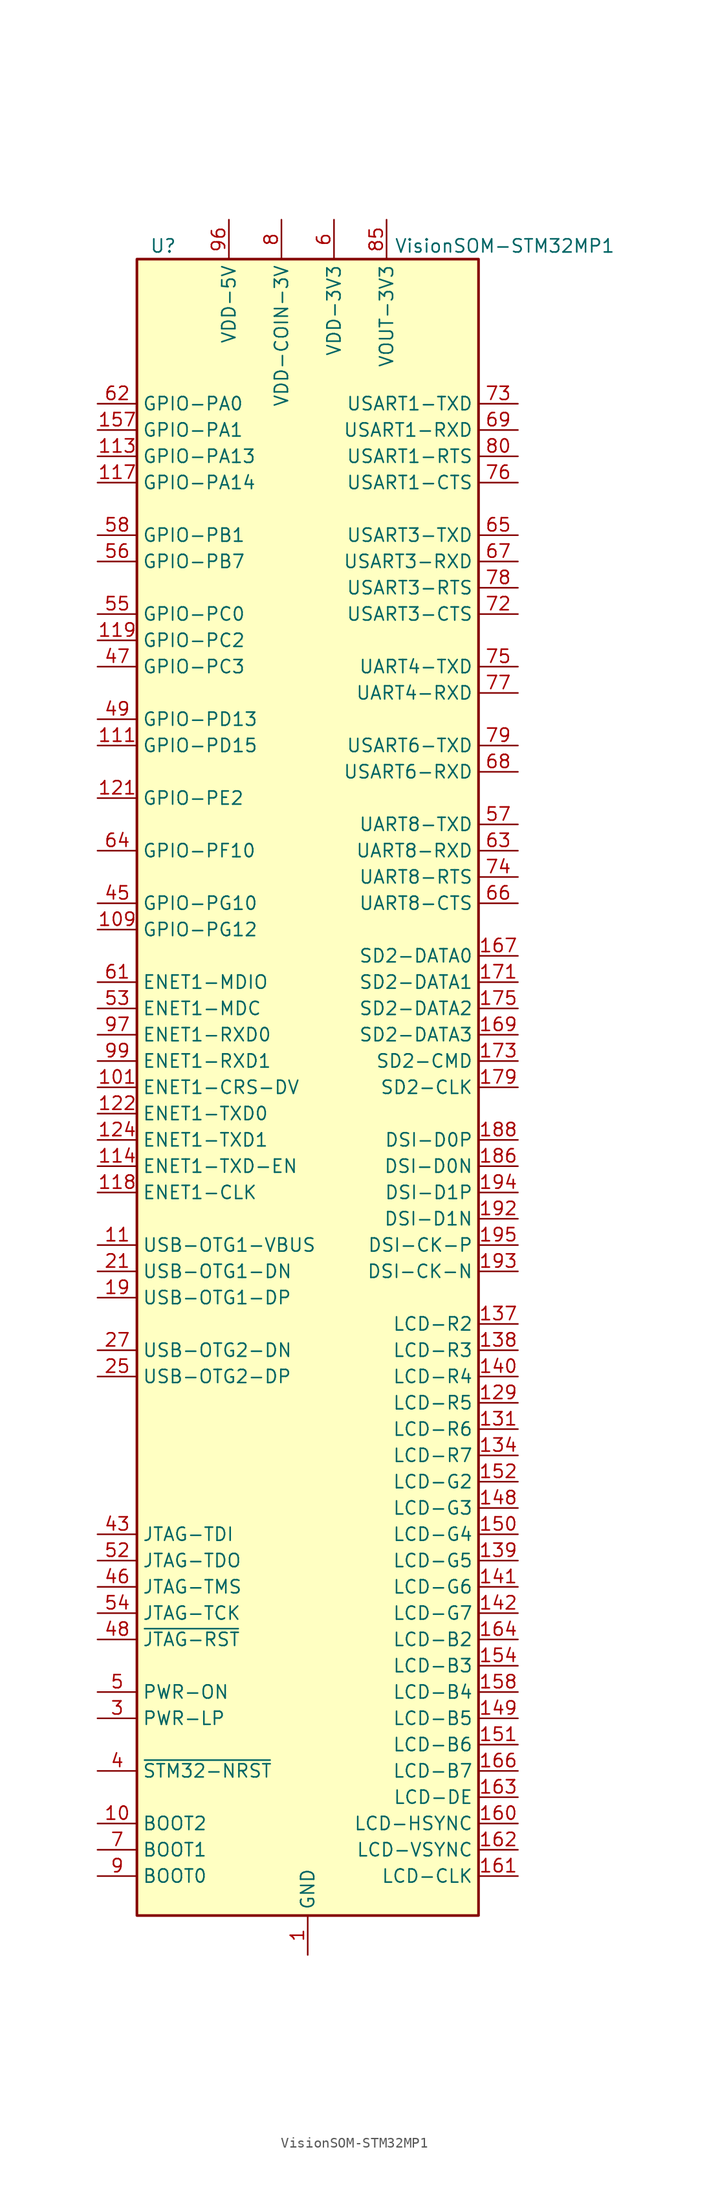
<source format=kicad_sym>
(kicad_symbol_lib
  (version 20201005)
  (generator kicad_symbol_editor)
  (symbol "VisionSOM-STM32MP1"
    (property "Reference" "U"
      (at -13.97 81.28 0)
      (effects (font (size 1.27 1.27))))
    (property "Value" "VisionSOM-STM32MP1"
      (at 19.05 81.28 0)
      (effects (font (size 1.27 1.27))))
    (symbol "VisionSOM-STM32MP1_0_1"
      (rectangle (start -16.51 80.01) (end 16.51 -80.01) (stroke (width 0.254)) (fill (type background))))
    (symbol "VisionSOM-STM32MP1_1_1"
      (pin power_in line (at 0 -83.82 90) (length 3.81) (name "GND" (effects (font (size 1.27 1.27)))) (number "1" (effects (font (size 1.27 1.27)))))
      (pin input line (at -20.32 -71.12 0) (length 3.81) (name "BOOT2" (effects (font (size 1.27 1.27)))) (number "10" (effects (font (size 1.27 1.27)))))
      (pin passive line (at -7.62 83.82 270) (length 3.81) hide (name "VDD-5V" (effects (font (size 1.27 1.27)))) (number "100" (effects (font (size 1.27 1.27)))))
      (pin bidirectional line (at -20.32 0 0) (length 3.81) (name "ENET1-CRS-DV" (effects (font (size 1.27 1.27)))) (number "101" (effects (font (size 1.27 1.27)))))
      (pin passive line (at -7.62 83.82 270) (length 3.81) hide (name "VDD-5V" (effects (font (size 1.27 1.27)))) (number "102" (effects (font (size 1.27 1.27)))))
      (pin passive line (at 0 -83.82 90) (length 3.81) hide (name "GND" (effects (font (size 1.27 1.27)))) (number "103" (effects (font (size 1.27 1.27)))))
      (pin passive line (at -7.62 83.82 270) (length 3.81) hide (name "VDD-5V" (effects (font (size 1.27 1.27)))) (number "104" (effects (font (size 1.27 1.27)))))
      (pin no_connect line (at 15.24 73.66 180) (length 3.81) hide (name "NC" (effects (font (size 1.27 1.27)))) (number "105" (effects (font (size 1.27 1.27)))))
      (pin passive line (at -7.62 83.82 270) (length 3.81) hide (name "VDD-5V" (effects (font (size 1.27 1.27)))) (number "106" (effects (font (size 1.27 1.27)))))
      (pin passive line (at 0 -83.82 90) (length 3.81) hide (name "GND" (effects (font (size 1.27 1.27)))) (number "107" (effects (font (size 1.27 1.27)))))
      (pin passive line (at -7.62 83.82 270) (length 3.81) hide (name "VDD-5V" (effects (font (size 1.27 1.27)))) (number "108" (effects (font (size 1.27 1.27)))))
      (pin bidirectional line (at -20.32 15.24 0) (length 3.81) (name "GPIO-PG12" (effects (font (size 1.27 1.27)))) (number "109" (effects (font (size 1.27 1.27)))))
      (pin input line (at -20.32 -15.24 0) (length 3.81) (name "USB-OTG1-VBUS" (effects (font (size 1.27 1.27)))) (number "11" (effects (font (size 1.27 1.27)))))
      (pin passive line (at -7.62 83.82 270) (length 3.81) hide (name "VDD-5V" (effects (font (size 1.27 1.27)))) (number "110" (effects (font (size 1.27 1.27)))))
      (pin bidirectional line (at -20.32 33.02 0) (length 3.81) (name "GPIO-PD15" (effects (font (size 1.27 1.27)))) (number "111" (effects (font (size 1.27 1.27)))))
      (pin passive line (at -7.62 83.82 270) (length 3.81) hide (name "VDD-5V" (effects (font (size 1.27 1.27)))) (number "112" (effects (font (size 1.27 1.27)))))
      (pin bidirectional line (at -20.32 60.96 0) (length 3.81) (name "GPIO-PA13" (effects (font (size 1.27 1.27)))) (number "113" (effects (font (size 1.27 1.27)))))
      (pin bidirectional line (at -20.32 -7.62 0) (length 3.81) (name "ENET1-TXD-EN" (effects (font (size 1.27 1.27)))) (number "114" (effects (font (size 1.27 1.27)))))
      (pin passive line (at 0 -83.82 90) (length 3.81) hide (name "GND" (effects (font (size 1.27 1.27)))) (number "115" (effects (font (size 1.27 1.27)))))
      (pin passive line (at 0 -83.82 90) (length 3.81) hide (name "GND" (effects (font (size 1.27 1.27)))) (number "116" (effects (font (size 1.27 1.27)))))
      (pin bidirectional line (at -20.32 58.42 0) (length 3.81) (name "GPIO-PA14" (effects (font (size 1.27 1.27)))) (number "117" (effects (font (size 1.27 1.27)))))
      (pin bidirectional line (at -20.32 -10.16 0) (length 3.81) (name "ENET1-CLK" (effects (font (size 1.27 1.27)))) (number "118" (effects (font (size 1.27 1.27)))))
      (pin bidirectional line (at -20.32 43.18 0) (length 3.81) (name "GPIO-PC2" (effects (font (size 1.27 1.27)))) (number "119" (effects (font (size 1.27 1.27)))))
      (pin no_connect line (at -15.24 73.66 0) (length 3.81) hide (name "NC" (effects (font (size 1.27 1.27)))) (number "12" (effects (font (size 1.27 1.27)))))
      (pin passive line (at 0 -83.82 90) (length 3.81) hide (name "GND" (effects (font (size 1.27 1.27)))) (number "120" (effects (font (size 1.27 1.27)))))
      (pin bidirectional line (at -20.32 27.94 0) (length 3.81) (name "GPIO-PE2" (effects (font (size 1.27 1.27)))) (number "121" (effects (font (size 1.27 1.27)))))
      (pin bidirectional line (at -20.32 -2.54 0) (length 3.81) (name "ENET1-TXD0" (effects (font (size 1.27 1.27)))) (number "122" (effects (font (size 1.27 1.27)))))
      (pin no_connect line (at 15.24 71.12 180) (length 3.81) hide (name "NC" (effects (font (size 1.27 1.27)))) (number "123" (effects (font (size 1.27 1.27)))))
      (pin bidirectional line (at -20.32 -5.08 0) (length 3.81) (name "ENET1-TXD1" (effects (font (size 1.27 1.27)))) (number "124" (effects (font (size 1.27 1.27)))))
      (pin passive line (at 0 -83.82 90) (length 3.81) hide (name "GND" (effects (font (size 1.27 1.27)))) (number "125" (effects (font (size 1.27 1.27)))))
      (pin no_connect line (at 15.24 68.58 180) (length 3.81) hide (name "NC" (effects (font (size 1.27 1.27)))) (number "126" (effects (font (size 1.27 1.27)))))
      (pin passive line (at 0 -83.82 90) (length 3.81) hide (name "GND" (effects (font (size 1.27 1.27)))) (number "127" (effects (font (size 1.27 1.27)))))
      (pin passive line (at 0 -83.82 90) (length 3.81) hide (name "GND" (effects (font (size 1.27 1.27)))) (number "128" (effects (font (size 1.27 1.27)))))
      (pin bidirectional line (at 20.32 -30.48 180) (length 3.81) (name "LCD-R5" (effects (font (size 1.27 1.27)))) (number "129" (effects (font (size 1.27 1.27)))))
      (pin no_connect line (at -15.24 71.12 0) (length 3.81) hide (name "NC" (effects (font (size 1.27 1.27)))) (number "13" (effects (font (size 1.27 1.27)))))
      (pin passive line (at 0 -83.82 90) (length 3.81) hide (name "GND" (effects (font (size 1.27 1.27)))) (number "130" (effects (font (size 1.27 1.27)))))
      (pin bidirectional line (at 20.32 -33.02 180) (length 3.81) (name "LCD-R6" (effects (font (size 1.27 1.27)))) (number "131" (effects (font (size 1.27 1.27)))))
      (pin passive line (at 0 -83.82 90) (length 3.81) hide (name "GND" (effects (font (size 1.27 1.27)))) (number "132" (effects (font (size 1.27 1.27)))))
      (pin passive line (at 0 -83.82 90) (length 3.81) hide (name "GND" (effects (font (size 1.27 1.27)))) (number "133" (effects (font (size 1.27 1.27)))))
      (pin bidirectional line (at 20.32 -35.56 180) (length 3.81) (name "LCD-R7" (effects (font (size 1.27 1.27)))) (number "134" (effects (font (size 1.27 1.27)))))
      (pin passive line (at 0 -83.82 90) (length 3.81) hide (name "GND" (effects (font (size 1.27 1.27)))) (number "135" (effects (font (size 1.27 1.27)))))
      (pin passive line (at 0 -83.82 90) (length 3.81) hide (name "GND" (effects (font (size 1.27 1.27)))) (number "136" (effects (font (size 1.27 1.27)))))
      (pin bidirectional line (at 20.32 -22.86 180) (length 3.81) (name "LCD-R2" (effects (font (size 1.27 1.27)))) (number "137" (effects (font (size 1.27 1.27)))))
      (pin bidirectional line (at 20.32 -25.4 180) (length 3.81) (name "LCD-R3" (effects (font (size 1.27 1.27)))) (number "138" (effects (font (size 1.27 1.27)))))
      (pin bidirectional line (at 20.32 -45.72 180) (length 3.81) (name "LCD-G5" (effects (font (size 1.27 1.27)))) (number "139" (effects (font (size 1.27 1.27)))))
      (pin no_connect line (at -15.24 68.58 0) (length 3.81) hide (name "NC" (effects (font (size 1.27 1.27)))) (number "14" (effects (font (size 1.27 1.27)))))
      (pin bidirectional line (at 20.32 -27.94 180) (length 3.81) (name "LCD-R4" (effects (font (size 1.27 1.27)))) (number "140" (effects (font (size 1.27 1.27)))))
      (pin bidirectional line (at 20.32 -48.26 180) (length 3.81) (name "LCD-G6" (effects (font (size 1.27 1.27)))) (number "141" (effects (font (size 1.27 1.27)))))
      (pin bidirectional line (at 20.32 -50.8 180) (length 3.81) (name "LCD-G7" (effects (font (size 1.27 1.27)))) (number "142" (effects (font (size 1.27 1.27)))))
      (pin passive line (at 0 -83.82 90) (length 3.81) hide (name "GND" (effects (font (size 1.27 1.27)))) (number "143" (effects (font (size 1.27 1.27)))))
      (pin passive line (at 0 -83.82 90) (length 3.81) hide (name "GND" (effects (font (size 1.27 1.27)))) (number "144" (effects (font (size 1.27 1.27)))))
      (pin passive line (at 0 -83.82 90) (length 3.81) hide (name "GND" (effects (font (size 1.27 1.27)))) (number "145" (effects (font (size 1.27 1.27)))))
      (pin passive line (at 0 -83.82 90) (length 3.81) hide (name "GND" (effects (font (size 1.27 1.27)))) (number "146" (effects (font (size 1.27 1.27)))))
      (pin passive line (at 0 -83.82 90) (length 3.81) hide (name "GND" (effects (font (size 1.27 1.27)))) (number "147" (effects (font (size 1.27 1.27)))))
      (pin bidirectional line (at 20.32 -40.64 180) (length 3.81) (name "LCD-G3" (effects (font (size 1.27 1.27)))) (number "148" (effects (font (size 1.27 1.27)))))
      (pin bidirectional line (at 20.32 -60.96 180) (length 3.81) (name "LCD-B5" (effects (font (size 1.27 1.27)))) (number "149" (effects (font (size 1.27 1.27)))))
      (pin passive line (at 0 -83.82 90) (length 3.81) hide (name "GND" (effects (font (size 1.27 1.27)))) (number "15" (effects (font (size 1.27 1.27)))))
      (pin bidirectional line (at 20.32 -43.18 180) (length 3.81) (name "LCD-G4" (effects (font (size 1.27 1.27)))) (number "150" (effects (font (size 1.27 1.27)))))
      (pin bidirectional line (at 20.32 -63.5 180) (length 3.81) (name "LCD-B6" (effects (font (size 1.27 1.27)))) (number "151" (effects (font (size 1.27 1.27)))))
      (pin bidirectional line (at 20.32 -38.1 180) (length 3.81) (name "LCD-G2" (effects (font (size 1.27 1.27)))) (number "152" (effects (font (size 1.27 1.27)))))
      (pin passive line (at 0 -83.82 90) (length 3.81) hide (name "GND" (effects (font (size 1.27 1.27)))) (number "153" (effects (font (size 1.27 1.27)))))
      (pin bidirectional line (at 20.32 -55.88 180) (length 3.81) (name "LCD-B3" (effects (font (size 1.27 1.27)))) (number "154" (effects (font (size 1.27 1.27)))))
      (pin passive line (at 0 -83.82 90) (length 3.81) hide (name "GND" (effects (font (size 1.27 1.27)))) (number "155" (effects (font (size 1.27 1.27)))))
      (pin passive line (at 0 -83.82 90) (length 3.81) hide (name "GND" (effects (font (size 1.27 1.27)))) (number "156" (effects (font (size 1.27 1.27)))))
      (pin bidirectional line (at -20.32 63.5 0) (length 3.81) (name "GPIO-PA1" (effects (font (size 1.27 1.27)))) (number "157" (effects (font (size 1.27 1.27)))))
      (pin bidirectional line (at 20.32 -58.42 180) (length 3.81) (name "LCD-B4" (effects (font (size 1.27 1.27)))) (number "158" (effects (font (size 1.27 1.27)))))
      (pin passive line (at 0 -83.82 90) (length 3.81) hide (name "GND" (effects (font (size 1.27 1.27)))) (number "159" (effects (font (size 1.27 1.27)))))
      (pin no_connect line (at -15.24 55.88 0) (length 3.81) hide (name "NC" (effects (font (size 1.27 1.27)))) (number "16" (effects (font (size 1.27 1.27)))))
      (pin bidirectional line (at 20.32 -71.12 180) (length 3.81) (name "LCD-HSYNC" (effects (font (size 1.27 1.27)))) (number "160" (effects (font (size 1.27 1.27)))))
      (pin bidirectional line (at 20.32 -76.2 180) (length 3.81) (name "LCD-CLK" (effects (font (size 1.27 1.27)))) (number "161" (effects (font (size 1.27 1.27)))))
      (pin bidirectional line (at 20.32 -73.66 180) (length 3.81) (name "LCD-VSYNC" (effects (font (size 1.27 1.27)))) (number "162" (effects (font (size 1.27 1.27)))))
      (pin bidirectional line (at 20.32 -68.58 180) (length 3.81) (name "LCD-DE" (effects (font (size 1.27 1.27)))) (number "163" (effects (font (size 1.27 1.27)))))
      (pin bidirectional line (at 20.32 -53.34 180) (length 3.81) (name "LCD-B2" (effects (font (size 1.27 1.27)))) (number "164" (effects (font (size 1.27 1.27)))))
      (pin passive line (at 0 -83.82 90) (length 3.81) hide (name "GND" (effects (font (size 1.27 1.27)))) (number "165" (effects (font (size 1.27 1.27)))))
      (pin bidirectional line (at 20.32 -66.04 180) (length 3.81) (name "LCD-B7" (effects (font (size 1.27 1.27)))) (number "166" (effects (font (size 1.27 1.27)))))
      (pin bidirectional line (at 20.32 12.7 180) (length 3.81) (name "SD2-DATA0" (effects (font (size 1.27 1.27)))) (number "167" (effects (font (size 1.27 1.27)))))
      (pin passive line (at 0 -83.82 90) (length 3.81) hide (name "GND" (effects (font (size 1.27 1.27)))) (number "168" (effects (font (size 1.27 1.27)))))
      (pin bidirectional line (at 20.32 5.08 180) (length 3.81) (name "SD2-DATA3" (effects (font (size 1.27 1.27)))) (number "169" (effects (font (size 1.27 1.27)))))
      (pin passive line (at 0 -83.82 90) (length 3.81) hide (name "GND" (effects (font (size 1.27 1.27)))) (number "17" (effects (font (size 1.27 1.27)))))
      (pin passive line (at 0 -83.82 90) (length 3.81) hide (name "GND" (effects (font (size 1.27 1.27)))) (number "170" (effects (font (size 1.27 1.27)))))
      (pin bidirectional line (at 20.32 10.16 180) (length 3.81) (name "SD2-DATA1" (effects (font (size 1.27 1.27)))) (number "171" (effects (font (size 1.27 1.27)))))
      (pin passive line (at 0 -83.82 90) (length 3.81) hide (name "GND" (effects (font (size 1.27 1.27)))) (number "172" (effects (font (size 1.27 1.27)))))
      (pin bidirectional line (at 20.32 2.54 180) (length 3.81) (name "SD2-CMD" (effects (font (size 1.27 1.27)))) (number "173" (effects (font (size 1.27 1.27)))))
      (pin passive line (at 0 -83.82 90) (length 3.81) hide (name "GND" (effects (font (size 1.27 1.27)))) (number "174" (effects (font (size 1.27 1.27)))))
      (pin bidirectional line (at 20.32 7.62 180) (length 3.81) (name "SD2-DATA2" (effects (font (size 1.27 1.27)))) (number "175" (effects (font (size 1.27 1.27)))))
      (pin passive line (at 0 -83.82 90) (length 3.81) hide (name "GND" (effects (font (size 1.27 1.27)))) (number "176" (effects (font (size 1.27 1.27)))))
      (pin passive line (at 0 -83.82 90) (length 3.81) hide (name "GND" (effects (font (size 1.27 1.27)))) (number "177" (effects (font (size 1.27 1.27)))))
      (pin passive line (at 0 -83.82 90) (length 3.81) hide (name "GND" (effects (font (size 1.27 1.27)))) (number "178" (effects (font (size 1.27 1.27)))))
      (pin bidirectional line (at 20.32 0 180) (length 3.81) (name "SD2-CLK" (effects (font (size 1.27 1.27)))) (number "179" (effects (font (size 1.27 1.27)))))
      (pin no_connect line (at -15.24 48.26 0) (length 3.81) hide (name "NC" (effects (font (size 1.27 1.27)))) (number "18" (effects (font (size 1.27 1.27)))))
      (pin passive line (at 0 -83.82 90) (length 3.81) hide (name "GND" (effects (font (size 1.27 1.27)))) (number "180" (effects (font (size 1.27 1.27)))))
      (pin passive line (at 0 -83.82 90) (length 3.81) hide (name "GND" (effects (font (size 1.27 1.27)))) (number "181" (effects (font (size 1.27 1.27)))))
      (pin passive line (at 0 -83.82 90) (length 3.81) hide (name "GND" (effects (font (size 1.27 1.27)))) (number "182" (effects (font (size 1.27 1.27)))))
      (pin no_connect line (at 15.24 55.88 180) (length 3.81) hide (name "NC" (effects (font (size 1.27 1.27)))) (number "183" (effects (font (size 1.27 1.27)))))
      (pin passive line (at 0 -83.82 90) (length 3.81) hide (name "GND" (effects (font (size 1.27 1.27)))) (number "184" (effects (font (size 1.27 1.27)))))
      (pin passive line (at 0 -83.82 90) (length 3.81) hide (name "GND" (effects (font (size 1.27 1.27)))) (number "185" (effects (font (size 1.27 1.27)))))
      (pin bidirectional line (at 20.32 -7.62 180) (length 3.81) (name "DSI-D0N" (effects (font (size 1.27 1.27)))) (number "186" (effects (font (size 1.27 1.27)))))
      (pin no_connect line (at 15.24 43.18 180) (length 3.81) hide (name "NC" (effects (font (size 1.27 1.27)))) (number "187" (effects (font (size 1.27 1.27)))))
      (pin bidirectional line (at 20.32 -5.08 180) (length 3.81) (name "DSI-D0P" (effects (font (size 1.27 1.27)))) (number "188" (effects (font (size 1.27 1.27)))))
      (pin passive line (at 0 -83.82 90) (length 3.81) hide (name "GND" (effects (font (size 1.27 1.27)))) (number "189" (effects (font (size 1.27 1.27)))))
      (pin bidirectional line (at -20.32 -20.32 0) (length 3.81) (name "USB-OTG1-DP" (effects (font (size 1.27 1.27)))) (number "19" (effects (font (size 1.27 1.27)))))
      (pin no_connect line (at 15.24 35.56 180) (length 3.81) hide (name "NC" (effects (font (size 1.27 1.27)))) (number "190" (effects (font (size 1.27 1.27)))))
      (pin no_connect line (at 15.24 27.94 180) (length 3.81) hide (name "NC" (effects (font (size 1.27 1.27)))) (number "191" (effects (font (size 1.27 1.27)))))
      (pin bidirectional line (at 20.32 -12.7 180) (length 3.81) (name "DSI-D1N" (effects (font (size 1.27 1.27)))) (number "192" (effects (font (size 1.27 1.27)))))
      (pin bidirectional line (at 20.32 -17.78 180) (length 3.81) (name "DSI-CK-N" (effects (font (size 1.27 1.27)))) (number "193" (effects (font (size 1.27 1.27)))))
      (pin bidirectional line (at 20.32 -10.16 180) (length 3.81) (name "DSI-D1P" (effects (font (size 1.27 1.27)))) (number "194" (effects (font (size 1.27 1.27)))))
      (pin bidirectional line (at 20.32 -15.24 180) (length 3.81) (name "DSI-CK-P" (effects (font (size 1.27 1.27)))) (number "195" (effects (font (size 1.27 1.27)))))
      (pin no_connect line (at 15.24 15.24 180) (length 3.81) hide (name "NC" (effects (font (size 1.27 1.27)))) (number "196" (effects (font (size 1.27 1.27)))))
      (pin no_connect line (at 15.24 -2.54 180) (length 3.81) hide (name "NC" (effects (font (size 1.27 1.27)))) (number "197" (effects (font (size 1.27 1.27)))))
      (pin no_connect line (at 15.24 -20.32 180) (length 3.81) hide (name "NC" (effects (font (size 1.27 1.27)))) (number "198" (effects (font (size 1.27 1.27)))))
      (pin passive line (at 0 -83.82 90) (length 3.81) hide (name "GND" (effects (font (size 1.27 1.27)))) (number "199" (effects (font (size 1.27 1.27)))))
      (pin passive line (at 0 -83.82 90) (length 3.81) hide (name "GND" (effects (font (size 1.27 1.27)))) (number "2" (effects (font (size 1.27 1.27)))))
      (pin passive line (at 0 -83.82 90) (length 3.81) hide (name "GND" (effects (font (size 1.27 1.27)))) (number "20" (effects (font (size 1.27 1.27)))))
      (pin passive line (at 0 -83.82 90) (length 3.81) hide (name "GND" (effects (font (size 1.27 1.27)))) (number "200" (effects (font (size 1.27 1.27)))))
      (pin bidirectional line (at -20.32 -17.78 0) (length 3.81) (name "USB-OTG1-DN" (effects (font (size 1.27 1.27)))) (number "21" (effects (font (size 1.27 1.27)))))
      (pin passive line (at 0 -83.82 90) (length 3.81) hide (name "GND" (effects (font (size 1.27 1.27)))) (number "22" (effects (font (size 1.27 1.27)))))
      (pin passive line (at 0 -83.82 90) (length 3.81) hide (name "GND" (effects (font (size 1.27 1.27)))) (number "23" (effects (font (size 1.27 1.27)))))
      (pin no_connect line (at -15.24 38.1 0) (length 3.81) hide (name "NC" (effects (font (size 1.27 1.27)))) (number "24" (effects (font (size 1.27 1.27)))))
      (pin bidirectional line (at -20.32 -27.94 0) (length 3.81) (name "USB-OTG2-DP" (effects (font (size 1.27 1.27)))) (number "25" (effects (font (size 1.27 1.27)))))
      (pin passive line (at 0 -83.82 90) (length 3.81) hide (name "GND" (effects (font (size 1.27 1.27)))) (number "26" (effects (font (size 1.27 1.27)))))
      (pin bidirectional line (at -20.32 -25.4 0) (length 3.81) (name "USB-OTG2-DN" (effects (font (size 1.27 1.27)))) (number "27" (effects (font (size 1.27 1.27)))))
      (pin passive line (at 0 -83.82 90) (length 3.81) hide (name "GND" (effects (font (size 1.27 1.27)))) (number "28" (effects (font (size 1.27 1.27)))))
      (pin passive line (at 0 -83.82 90) (length 3.81) hide (name "GND" (effects (font (size 1.27 1.27)))) (number "29" (effects (font (size 1.27 1.27)))))
      (pin output line (at -20.32 -60.96 0) (length 3.81) (name "PWR-LP" (effects (font (size 1.27 1.27)))) (number "3" (effects (font (size 1.27 1.27)))))
      (pin no_connect line (at -15.24 30.48 0) (length 3.81) hide (name "NC" (effects (font (size 1.27 1.27)))) (number "30" (effects (font (size 1.27 1.27)))))
      (pin no_connect line (at -15.24 25.4 0) (length 3.81) hide (name "NC" (effects (font (size 1.27 1.27)))) (number "31" (effects (font (size 1.27 1.27)))))
      (pin no_connect line (at -15.24 20.32 0) (length 3.81) hide (name "NC" (effects (font (size 1.27 1.27)))) (number "32" (effects (font (size 1.27 1.27)))))
      (pin no_connect line (at -15.24 12.7 0) (length 3.81) hide (name "NC" (effects (font (size 1.27 1.27)))) (number "33" (effects (font (size 1.27 1.27)))))
      (pin no_connect line (at -15.24 -12.7 0) (length 3.81) hide (name "NC" (effects (font (size 1.27 1.27)))) (number "34" (effects (font (size 1.27 1.27)))))
      (pin passive line (at 0 -83.82 90) (length 3.81) hide (name "GND" (effects (font (size 1.27 1.27)))) (number "35" (effects (font (size 1.27 1.27)))))
      (pin no_connect line (at -15.24 -22.86 0) (length 3.81) hide (name "NC" (effects (font (size 1.27 1.27)))) (number "36" (effects (font (size 1.27 1.27)))))
      (pin no_connect line (at -15.24 -30.48 0) (length 3.81) hide (name "NC" (effects (font (size 1.27 1.27)))) (number "37" (effects (font (size 1.27 1.27)))))
      (pin passive line (at 0 -83.82 90) (length 3.81) hide (name "GND" (effects (font (size 1.27 1.27)))) (number "38" (effects (font (size 1.27 1.27)))))
      (pin no_connect line (at -15.24 -33.02 0) (length 3.81) hide (name "NC" (effects (font (size 1.27 1.27)))) (number "39" (effects (font (size 1.27 1.27)))))
      (pin input line (at -20.32 -66.04 0) (length 3.81) (name "~STM32-NRST" (effects (font (size 1.27 1.27)))) (number "4" (effects (font (size 1.27 1.27)))))
      (pin passive line (at 0 -83.82 90) (length 3.81) hide (name "GND" (effects (font (size 1.27 1.27)))) (number "40" (effects (font (size 1.27 1.27)))))
      (pin passive line (at 0 -83.82 90) (length 3.81) hide (name "GND" (effects (font (size 1.27 1.27)))) (number "41" (effects (font (size 1.27 1.27)))))
      (pin no_connect line (at -15.24 -35.56 0) (length 3.81) hide (name "NC" (effects (font (size 1.27 1.27)))) (number "42" (effects (font (size 1.27 1.27)))))
      (pin bidirectional line (at -20.32 -43.18 0) (length 3.81) (name "JTAG-TDI" (effects (font (size 1.27 1.27)))) (number "43" (effects (font (size 1.27 1.27)))))
      (pin no_connect line (at -15.24 -38.1 0) (length 3.81) hide (name "NC" (effects (font (size 1.27 1.27)))) (number "44" (effects (font (size 1.27 1.27)))))
      (pin bidirectional line (at -20.32 17.78 0) (length 3.81) (name "GPIO-PG10" (effects (font (size 1.27 1.27)))) (number "45" (effects (font (size 1.27 1.27)))))
      (pin bidirectional line (at -20.32 -48.26 0) (length 3.81) (name "JTAG-TMS" (effects (font (size 1.27 1.27)))) (number "46" (effects (font (size 1.27 1.27)))))
      (pin bidirectional line (at -20.32 40.64 0) (length 3.81) (name "GPIO-PC3" (effects (font (size 1.27 1.27)))) (number "47" (effects (font (size 1.27 1.27)))))
      (pin bidirectional line (at -20.32 -53.34 0) (length 3.81) (name "~JTAG-RST" (effects (font (size 1.27 1.27)))) (number "48" (effects (font (size 1.27 1.27)))))
      (pin bidirectional line (at -20.32 35.56 0) (length 3.81) (name "GPIO-PD13" (effects (font (size 1.27 1.27)))) (number "49" (effects (font (size 1.27 1.27)))))
      (pin output line (at -20.32 -58.42 0) (length 3.81) (name "PWR-ON" (effects (font (size 1.27 1.27)))) (number "5" (effects (font (size 1.27 1.27)))))
      (pin passive line (at 0 -83.82 90) (length 3.81) hide (name "GND" (effects (font (size 1.27 1.27)))) (number "50" (effects (font (size 1.27 1.27)))))
      (pin passive line (at 0 -83.82 90) (length 3.81) hide (name "GND" (effects (font (size 1.27 1.27)))) (number "51" (effects (font (size 1.27 1.27)))))
      (pin bidirectional line (at -20.32 -45.72 0) (length 3.81) (name "JTAG-TDO" (effects (font (size 1.27 1.27)))) (number "52" (effects (font (size 1.27 1.27)))))
      (pin bidirectional line (at -20.32 7.62 0) (length 3.81) (name "ENET1-MDC" (effects (font (size 1.27 1.27)))) (number "53" (effects (font (size 1.27 1.27)))))
      (pin bidirectional line (at -20.32 -50.8 0) (length 3.81) (name "JTAG-TCK" (effects (font (size 1.27 1.27)))) (number "54" (effects (font (size 1.27 1.27)))))
      (pin bidirectional line (at -20.32 45.72 0) (length 3.81) (name "GPIO-PC0" (effects (font (size 1.27 1.27)))) (number "55" (effects (font (size 1.27 1.27)))))
      (pin bidirectional line (at -20.32 50.8 0) (length 3.81) (name "GPIO-PB7" (effects (font (size 1.27 1.27)))) (number "56" (effects (font (size 1.27 1.27)))))
      (pin bidirectional line (at 20.32 25.4 180) (length 3.81) (name "UART8-TXD" (effects (font (size 1.27 1.27)))) (number "57" (effects (font (size 1.27 1.27)))))
      (pin bidirectional line (at -20.32 53.34 0) (length 3.81) (name "GPIO-PB1" (effects (font (size 1.27 1.27)))) (number "58" (effects (font (size 1.27 1.27)))))
      (pin passive line (at 0 -83.82 90) (length 3.81) hide (name "GND" (effects (font (size 1.27 1.27)))) (number "59" (effects (font (size 1.27 1.27)))))
      (pin power_in line (at 2.54 83.82 270) (length 3.81) (name "VDD-3V3" (effects (font (size 1.27 1.27)))) (number "6" (effects (font (size 1.27 1.27)))))
      (pin passive line (at 0 -83.82 90) (length 3.81) hide (name "GND" (effects (font (size 1.27 1.27)))) (number "60" (effects (font (size 1.27 1.27)))))
      (pin bidirectional line (at -20.32 10.16 0) (length 3.81) (name "ENET1-MDIO" (effects (font (size 1.27 1.27)))) (number "61" (effects (font (size 1.27 1.27)))))
      (pin bidirectional line (at -20.32 66.04 0) (length 3.81) (name "GPIO-PA0" (effects (font (size 1.27 1.27)))) (number "62" (effects (font (size 1.27 1.27)))))
      (pin bidirectional line (at 20.32 22.86 180) (length 3.81) (name "UART8-RXD" (effects (font (size 1.27 1.27)))) (number "63" (effects (font (size 1.27 1.27)))))
      (pin bidirectional line (at -20.32 22.86 0) (length 3.81) (name "GPIO-PF10" (effects (font (size 1.27 1.27)))) (number "64" (effects (font (size 1.27 1.27)))))
      (pin bidirectional line (at 20.32 53.34 180) (length 3.81) (name "USART3-TXD" (effects (font (size 1.27 1.27)))) (number "65" (effects (font (size 1.27 1.27)))))
      (pin bidirectional line (at 20.32 17.78 180) (length 3.81) (name "UART8-CTS" (effects (font (size 1.27 1.27)))) (number "66" (effects (font (size 1.27 1.27)))))
      (pin bidirectional line (at 20.32 50.8 180) (length 3.81) (name "USART3-RXD" (effects (font (size 1.27 1.27)))) (number "67" (effects (font (size 1.27 1.27)))))
      (pin bidirectional line (at 20.32 30.48 180) (length 3.81) (name "USART6-RXD" (effects (font (size 1.27 1.27)))) (number "68" (effects (font (size 1.27 1.27)))))
      (pin bidirectional line (at 20.32 63.5 180) (length 3.81) (name "USART1-RXD" (effects (font (size 1.27 1.27)))) (number "69" (effects (font (size 1.27 1.27)))))
      (pin input line (at -20.32 -73.66 0) (length 3.81) (name "BOOT1" (effects (font (size 1.27 1.27)))) (number "7" (effects (font (size 1.27 1.27)))))
      (pin passive line (at 0 -83.82 90) (length 3.81) hide (name "GND" (effects (font (size 1.27 1.27)))) (number "70" (effects (font (size 1.27 1.27)))))
      (pin passive line (at 0 -83.82 90) (length 3.81) hide (name "GND" (effects (font (size 1.27 1.27)))) (number "71" (effects (font (size 1.27 1.27)))))
      (pin bidirectional line (at 20.32 45.72 180) (length 3.81) (name "USART3-CTS" (effects (font (size 1.27 1.27)))) (number "72" (effects (font (size 1.27 1.27)))))
      (pin bidirectional line (at 20.32 66.04 180) (length 3.81) (name "USART1-TXD" (effects (font (size 1.27 1.27)))) (number "73" (effects (font (size 1.27 1.27)))))
      (pin bidirectional line (at 20.32 20.32 180) (length 3.81) (name "UART8-RTS" (effects (font (size 1.27 1.27)))) (number "74" (effects (font (size 1.27 1.27)))))
      (pin bidirectional line (at 20.32 40.64 180) (length 3.81) (name "UART4-TXD" (effects (font (size 1.27 1.27)))) (number "75" (effects (font (size 1.27 1.27)))))
      (pin bidirectional line (at 20.32 58.42 180) (length 3.81) (name "USART1-CTS" (effects (font (size 1.27 1.27)))) (number "76" (effects (font (size 1.27 1.27)))))
      (pin bidirectional line (at 20.32 38.1 180) (length 3.81) (name "UART4-RXD" (effects (font (size 1.27 1.27)))) (number "77" (effects (font (size 1.27 1.27)))))
      (pin bidirectional line (at 20.32 48.26 180) (length 3.81) (name "USART3-RTS" (effects (font (size 1.27 1.27)))) (number "78" (effects (font (size 1.27 1.27)))))
      (pin bidirectional line (at 20.32 33.02 180) (length 3.81) (name "USART6-TXD" (effects (font (size 1.27 1.27)))) (number "79" (effects (font (size 1.27 1.27)))))
      (pin power_in line (at -2.54 83.82 270) (length 3.81) (name "VDD-COIN-3V" (effects (font (size 1.27 1.27)))) (number "8" (effects (font (size 1.27 1.27)))))
      (pin bidirectional line (at 20.32 60.96 180) (length 3.81) (name "USART1-RTS" (effects (font (size 1.27 1.27)))) (number "80" (effects (font (size 1.27 1.27)))))
      (pin passive line (at 0 -83.82 90) (length 3.81) hide (name "GND" (effects (font (size 1.27 1.27)))) (number "81" (effects (font (size 1.27 1.27)))))
      (pin passive line (at 0 -83.82 90) (length 3.81) hide (name "GND" (effects (font (size 1.27 1.27)))) (number "82" (effects (font (size 1.27 1.27)))))
      (pin no_connect line (at -15.24 -40.64 0) (length 3.81) hide (name "NC" (effects (font (size 1.27 1.27)))) (number "83" (effects (font (size 1.27 1.27)))))
      (pin passive line (at 0 -83.82 90) (length 3.81) hide (name "GND" (effects (font (size 1.27 1.27)))) (number "84" (effects (font (size 1.27 1.27)))))
      (pin power_out line (at 7.62 83.82 270) (length 3.81) (name "VOUT-3V3" (effects (font (size 1.27 1.27)))) (number "85" (effects (font (size 1.27 1.27)))))
      (pin no_connect line (at -15.24 -55.88 0) (length 3.81) hide (name "NC" (effects (font (size 1.27 1.27)))) (number "86" (effects (font (size 1.27 1.27)))))
      (pin passive line (at 7.62 83.82 270) (length 3.81) hide (name "VOUT-3V3" (effects (font (size 1.27 1.27)))) (number "87" (effects (font (size 1.27 1.27)))))
      (pin passive line (at 7.62 83.82 270) (length 3.81) hide (name "VOUT-3V3" (effects (font (size 1.27 1.27)))) (number "88" (effects (font (size 1.27 1.27)))))
      (pin passive line (at 7.62 83.82 270) (length 3.81) hide (name "VOUT-3V3" (effects (font (size 1.27 1.27)))) (number "89" (effects (font (size 1.27 1.27)))))
      (pin input line (at -20.32 -76.2 0) (length 3.81) (name "BOOT0" (effects (font (size 1.27 1.27)))) (number "9" (effects (font (size 1.27 1.27)))))
      (pin passive line (at 7.62 83.82 270) (length 3.81) hide (name "VOUT-3V3" (effects (font (size 1.27 1.27)))) (number "90" (effects (font (size 1.27 1.27)))))
      (pin passive line (at 7.62 83.82 270) (length 3.81) hide (name "VOUT-3V3" (effects (font (size 1.27 1.27)))) (number "91" (effects (font (size 1.27 1.27)))))
      (pin passive line (at 7.62 83.82 270) (length 3.81) hide (name "VOUT-3V3" (effects (font (size 1.27 1.27)))) (number "92" (effects (font (size 1.27 1.27)))))
      (pin passive line (at 7.62 83.82 270) (length 3.81) hide (name "VOUT-3V3" (effects (font (size 1.27 1.27)))) (number "93" (effects (font (size 1.27 1.27)))))
      (pin no_connect line (at -15.24 -63.5 0) (length 3.81) hide (name "NC" (effects (font (size 1.27 1.27)))) (number "94" (effects (font (size 1.27 1.27)))))
      (pin no_connect line (at -15.24 -68.58 0) (length 3.81) hide (name "NC" (effects (font (size 1.27 1.27)))) (number "95" (effects (font (size 1.27 1.27)))))
      (pin power_in line (at -7.62 83.82 270) (length 3.81) (name "VDD-5V" (effects (font (size 1.27 1.27)))) (number "96" (effects (font (size 1.27 1.27)))))
      (pin bidirectional line (at -20.32 5.08 0) (length 3.81) (name "ENET1-RXD0" (effects (font (size 1.27 1.27)))) (number "97" (effects (font (size 1.27 1.27)))))
      (pin passive line (at -7.62 83.82 270) (length 3.81) hide (name "VDD-5V" (effects (font (size 1.27 1.27)))) (number "98" (effects (font (size 1.27 1.27)))))
      (pin bidirectional line (at -20.32 2.54 0) (length 3.81) (name "ENET1-RXD1" (effects (font (size 1.27 1.27)))) (number "99" (effects (font (size 1.27 1.27))))))))
</source>
